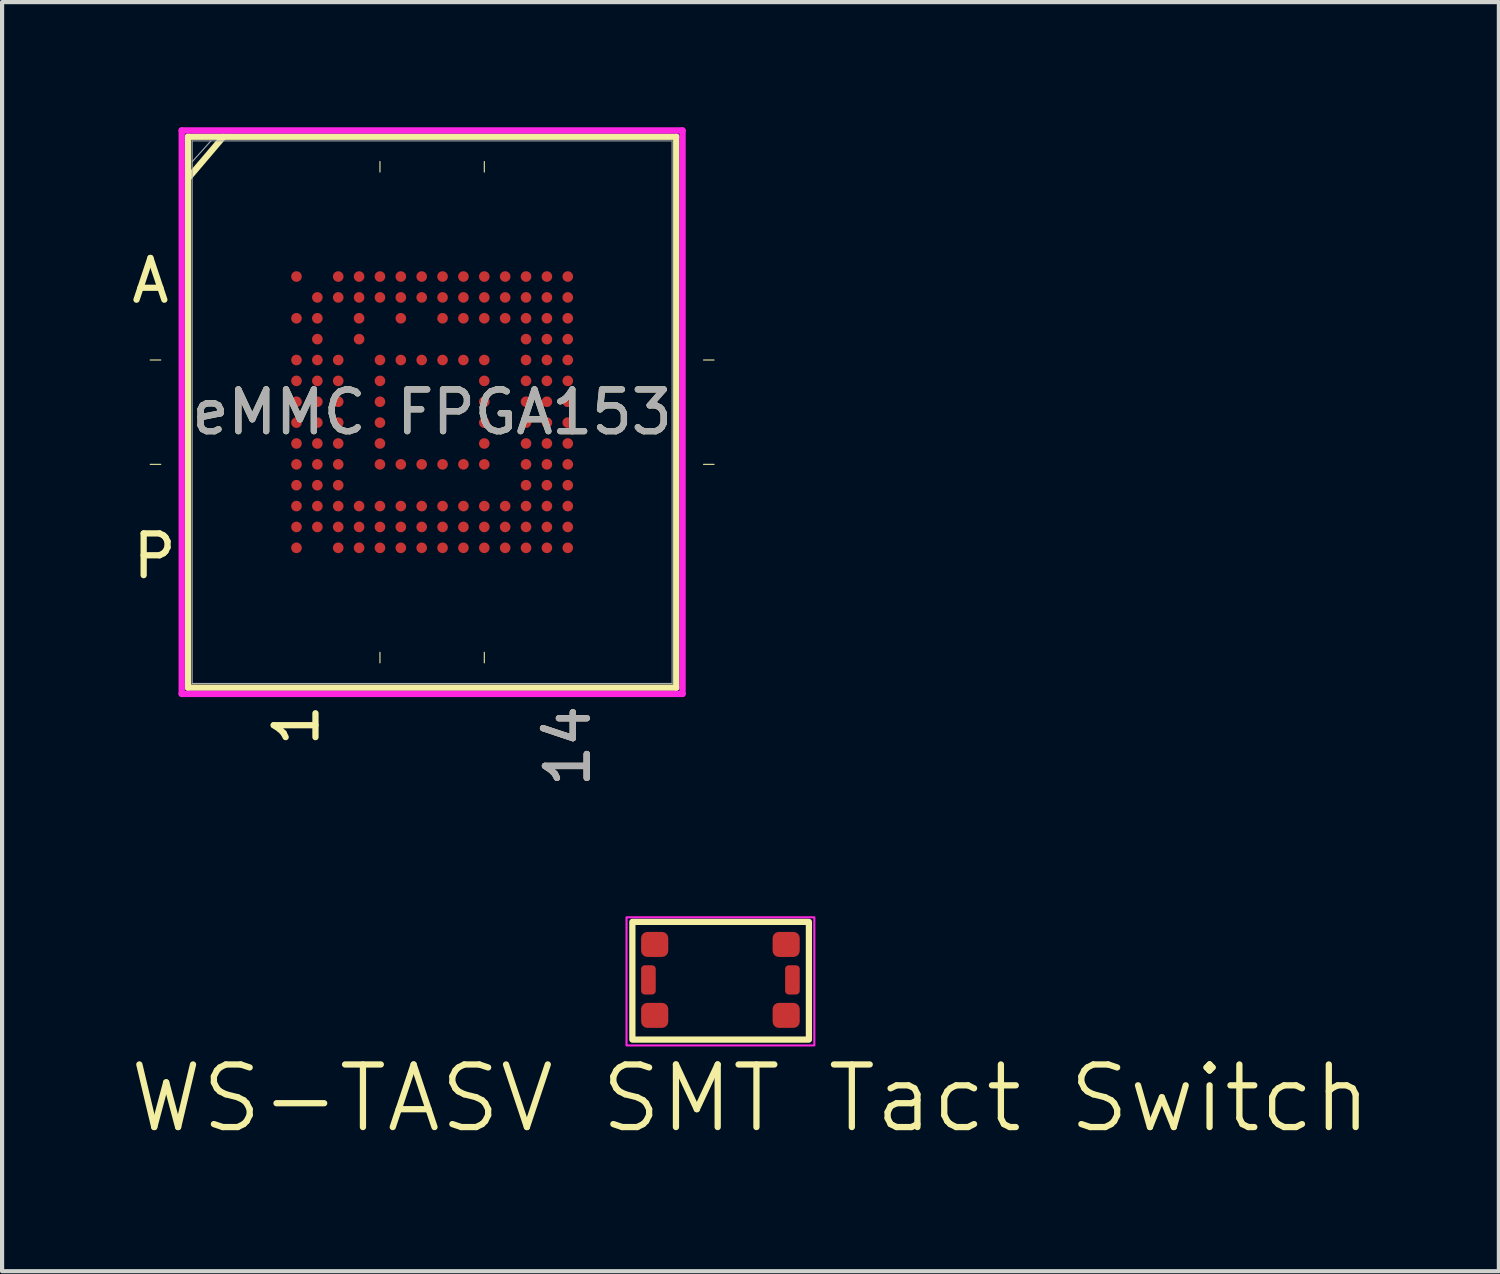
<source format=kicad_pcb>
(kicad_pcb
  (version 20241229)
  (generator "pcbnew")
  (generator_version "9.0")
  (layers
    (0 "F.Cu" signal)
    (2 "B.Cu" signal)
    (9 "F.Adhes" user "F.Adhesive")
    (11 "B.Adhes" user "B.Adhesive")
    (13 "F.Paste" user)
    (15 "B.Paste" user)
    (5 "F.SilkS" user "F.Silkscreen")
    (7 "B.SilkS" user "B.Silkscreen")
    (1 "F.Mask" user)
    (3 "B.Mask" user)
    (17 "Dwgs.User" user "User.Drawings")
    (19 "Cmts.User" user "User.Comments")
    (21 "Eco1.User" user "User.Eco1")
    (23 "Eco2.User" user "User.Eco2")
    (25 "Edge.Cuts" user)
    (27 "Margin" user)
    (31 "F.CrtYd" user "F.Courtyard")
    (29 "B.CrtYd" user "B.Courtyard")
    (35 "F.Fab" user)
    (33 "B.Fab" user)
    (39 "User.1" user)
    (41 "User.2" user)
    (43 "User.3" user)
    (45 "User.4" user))
  (footprint "WS-TASV SMT Tact Switch"
    (layer "F.Cu")
    (at 14.212 20.429)
    (property "Reference" "WS-TASV SMT Tact Switch" (at 0.72 2.84 0) (unlocked yes) (layer "F.SilkS") (effects (font (size 1.5 1.5) (thickness 0.15))))
    (attr smd)
    (fp_rect (start -2.11 -1.39) (end 2.12 1.43) (stroke (width 0.15) (type solid)) (fill no) (layer "F.SilkS"))
    (fp_rect (start -2.25 -1.5) (end 2.25 1.57) (stroke (width 0.05) (type solid)) (fill no) (layer "F.CrtYd"))
    (pad "1" smd roundrect (at -1.575 -0.85) (size 0.65 0.6) (layers "F.Cu" "F.Mask" "F.Paste") (roundrect_rratio 0.25))
    (pad "2" smd roundrect (at 1.575 -0.85) (size 0.65 0.6) (layers "F.Cu" "F.Mask" "F.Paste") (roundrect_rratio 0.25))
    (pad "3" smd roundrect (at -1.575 0.85) (size 0.65 0.6) (layers "F.Cu" "F.Mask" "F.Paste") (roundrect_rratio 0.25))
    (pad "4" smd roundrect (at 1.575 0.85) (size 0.65 0.6) (layers "F.Cu" "F.Mask" "F.Paste") (roundrect_rratio 0.25))
    (pad "5" smd roundrect (at -1.725 0) (size 0.35 0.7) (layers "F.Cu" "F.Mask" "F.Paste") (roundrect_rratio 0.25))
    (pad "6" smd roundrect (at 1.725 0) (size 0.35 0.7) (layers "F.Cu" "F.Mask" "F.Paste") (roundrect_rratio 0.25)))
  (footprint "eMMC FPGA153"
    (layer "F.Cu")
    (at 7.304 6.826)
    (property "Reference" "eMMC FPGA153" (at 0 0 0) (unlocked yes) (layer "F.SilkS") (effects (font (size 1 1) (thickness 0.15))))
    (attr smd)
    (fp_line (start -6.502 -1.25) (end -6.756 -1.25) (stroke (width 0.025) (type solid)) (layer "F.SilkS"))
    (fp_line (start -6.502 1.25) (end -6.756 1.25) (stroke (width 0.025) (type solid)) (layer "F.SilkS"))
    (fp_line (start -5.85 -6.6) (end -5.85 6.6) (stroke (width 0.152) (type solid)) (layer "F.SilkS"))
    (fp_line (start -5.85 -5.6) (end -5 -6.6) (stroke (width 0.15) (type default)) (layer "F.SilkS"))
    (fp_line (start -5.85 6.6) (end 5.85 6.6) (stroke (width 0.152) (type solid)) (layer "F.SilkS"))
    (fp_line (start -1.25 -5.753) (end -1.25 -6.007) (stroke (width 0.025) (type solid)) (layer "F.SilkS"))
    (fp_line (start -1.25 5.753) (end -1.25 6.007) (stroke (width 0.025) (type solid)) (layer "F.SilkS"))
    (fp_line (start 1.25 -5.753) (end 1.25 -6.007) (stroke (width 0.025) (type solid)) (layer "F.SilkS"))
    (fp_line (start 1.25 5.753) (end 1.25 6.007) (stroke (width 0.025) (type solid)) (layer "F.SilkS"))
    (fp_line (start 5.85 -6.6) (end -5.85 -6.6) (stroke (width 0.152) (type solid)) (layer "F.SilkS"))
    (fp_line (start 5.85 6.6) (end 5.85 -6.6) (stroke (width 0.152) (type solid)) (layer "F.SilkS"))
    (fp_line (start 6.502 -1.25) (end 6.756 -1.25) (stroke (width 0.025) (type solid)) (layer "F.SilkS"))
    (fp_line (start 6.502 1.25) (end 6.756 1.25) (stroke (width 0.025) (type solid)) (layer "F.SilkS"))
    (fp_poly (pts (xy -3.945 -3.945) (xy 3.945 -3.945) (xy 3.945 3.945) (xy -3.945 3.945)) (stroke (width 0.1) (type solid)) (fill no) (layer "Eco2.User"))
    (fp_line (start -6 -6.75) (end 6 -6.75) (stroke (width 0.152) (type solid)) (layer "F.CrtYd"))
    (fp_line (start -6 6.75) (end -6 -6.75) (stroke (width 0.152) (type solid)) (layer "F.CrtYd"))
    (fp_line (start 6 -6.75) (end 6 6.75) (stroke (width 0.152) (type solid)) (layer "F.CrtYd"))
    (fp_line (start 6 6.75) (end -6 6.75) (stroke (width 0.152) (type solid)) (layer "F.CrtYd"))
    (fp_line (start -5.75 -6.5) (end -5.75 6.5) (stroke (width 0.025) (type solid)) (layer "F.Fab"))
    (fp_line (start -5.75 -6) (end -5.3 -6.5) (stroke (width 0.025) (type solid)) (layer "F.Fab"))
    (fp_line (start -5.75 6.5) (end 5.75 6.5) (stroke (width 0.025) (type solid)) (layer "F.Fab"))
    (fp_line (start 5.75 -6.5) (end -5.75 -6.5) (stroke (width 0.025) (type solid)) (layer "F.Fab"))
    (fp_line (start 5.75 6.5) (end 5.75 -6.5) (stroke (width 0.025) (type solid)) (layer "F.Fab"))
    (fp_text user "A" (at -6.75 -3.15 0) (unlocked yes) (layer "F.SilkS") (effects (font (size 1 1) (thickness 0.15))))
    (fp_text user "14" (at 3.25 8 90) (unlocked yes) (layer "F.SilkS") (effects (font (size 1 1) (thickness 0.15))))
    (fp_text user "P" (at -6.65 3.45 0) (unlocked yes) (layer "F.SilkS") (effects (font (size 1 1) (thickness 0.15))))
    (fp_text user "1" (at -3.25 7.5 90) (unlocked yes) (layer "F.SilkS") (effects (font (size 1 1) (thickness 0.15))))
    (fp_text user "14" (at 3.25 8 90) (unlocked yes) (layer "B.SilkS") (effects (font (size 1 1) (thickness 0.15))))
    (fp_text user "14" (at 3.25 8 90) (unlocked yes) (layer "F.Fab") (effects (font (size 1 1) (thickness 0.15))))
    (fp_text user "${REFERENCE}" (at 0 0 0) (unlocked yes) (layer "F.Fab") (effects (font (size 1 1) (thickness 0.15))))
    (pad "A1" smd circle (at -3.25 -3.25) (size 0.254 0.254) (layers "F.Cu" "F.Mask" "F.Paste"))
    (pad "A3" smd circle (at -2.25 -3.25) (size 0.254 0.254) (layers "F.Cu" "F.Mask" "F.Paste"))
    (pad "A4" smd circle (at -1.75 -3.25) (size 0.254 0.254) (layers "F.Cu" "F.Mask" "F.Paste"))
    (pad "A5" smd circle (at -1.25 -3.25) (size 0.254 0.254) (layers "F.Cu" "F.Mask" "F.Paste"))
    (pad "A6" smd circle (at -0.75 -3.25) (size 0.254 0.254) (layers "F.Cu" "F.Mask" "F.Paste"))
    (pad "A7" smd circle (at -0.25 -3.25) (size 0.254 0.254) (layers "F.Cu" "F.Mask" "F.Paste"))
    (pad "A8" smd circle (at 0.25 -3.25) (size 0.254 0.254) (layers "F.Cu" "F.Mask" "F.Paste"))
    (pad "A9" smd circle (at 0.75 -3.25) (size 0.254 0.254) (layers "F.Cu" "F.Mask" "F.Paste"))
    (pad "A10" smd circle (at 1.25 -3.25) (size 0.254 0.254) (layers "F.Cu" "F.Mask" "F.Paste"))
    (pad "A11" smd circle (at 1.75 -3.25) (size 0.254 0.254) (layers "F.Cu" "F.Mask" "F.Paste"))
    (pad "A12" smd circle (at 2.25 -3.25) (size 0.254 0.254) (layers "F.Cu" "F.Mask" "F.Paste"))
    (pad "A13" smd circle (at 2.75 -3.25) (size 0.254 0.254) (layers "F.Cu" "F.Mask" "F.Paste"))
    (pad "A14" smd circle (at 3.25 -3.25) (size 0.254 0.254) (layers "F.Cu" "F.Mask" "F.Paste"))
    (pad "B2" smd circle (at -2.75 -2.75) (size 0.254 0.254) (layers "F.Cu" "F.Mask" "F.Paste"))
    (pad "B3" smd circle (at -2.25 -2.75) (size 0.254 0.254) (layers "F.Cu" "F.Mask" "F.Paste"))
    (pad "B4" smd circle (at -1.75 -2.75) (size 0.254 0.254) (layers "F.Cu" "F.Mask" "F.Paste"))
    (pad "B5" smd circle (at -1.25 -2.75) (size 0.254 0.254) (layers "F.Cu" "F.Mask" "F.Paste"))
    (pad "B6" smd circle (at -0.75 -2.75) (size 0.254 0.254) (layers "F.Cu" "F.Mask" "F.Paste"))
    (pad "B7" smd circle (at -0.25 -2.75) (size 0.254 0.254) (layers "F.Cu" "F.Mask" "F.Paste"))
    (pad "B8" smd circle (at 0.25 -2.75) (size 0.254 0.254) (layers "F.Cu" "F.Mask" "F.Paste"))
    (pad "B9" smd circle (at 0.75 -2.75) (size 0.254 0.254) (layers "F.Cu" "F.Mask" "F.Paste"))
    (pad "B10" smd circle (at 1.25 -2.75) (size 0.254 0.254) (layers "F.Cu" "F.Mask" "F.Paste"))
    (pad "B11" smd circle (at 1.75 -2.75) (size 0.254 0.254) (layers "F.Cu" "F.Mask" "F.Paste"))
    (pad "B12" smd circle (at 2.25 -2.75) (size 0.254 0.254) (layers "F.Cu" "F.Mask" "F.Paste"))
    (pad "B13" smd circle (at 2.75 -2.75) (size 0.254 0.254) (layers "F.Cu" "F.Mask" "F.Paste"))
    (pad "B14" smd circle (at 3.25 -2.75) (size 0.254 0.254) (layers "F.Cu" "F.Mask" "F.Paste"))
    (pad "C1" smd circle (at -3.25 -2.25) (size 0.254 0.254) (layers "F.Cu" "F.Mask" "F.Paste"))
    (pad "C2" smd circle (at -2.75 -2.25) (size 0.254 0.254) (layers "F.Cu" "F.Mask" "F.Paste"))
    (pad "C4" smd circle (at -1.75 -2.25) (size 0.254 0.254) (layers "F.Cu" "F.Mask" "F.Paste"))
    (pad "C6" smd circle (at -0.75 -2.25) (size 0.254 0.254) (layers "F.Cu" "F.Mask" "F.Paste"))
    (pad "C8" smd circle (at 0.25 -2.25) (size 0.254 0.254) (layers "F.Cu" "F.Mask" "F.Paste"))
    (pad "C9" smd circle (at 0.75 -2.25) (size 0.254 0.254) (layers "F.Cu" "F.Mask" "F.Paste"))
    (pad "C10" smd circle (at 1.25 -2.25) (size 0.254 0.254) (layers "F.Cu" "F.Mask" "F.Paste"))
    (pad "C11" smd circle (at 1.75 -2.25) (size 0.254 0.254) (layers "F.Cu" "F.Mask" "F.Paste"))
    (pad "C12" smd circle (at 2.25 -2.25) (size 0.254 0.254) (layers "F.Cu" "F.Mask" "F.Paste"))
    (pad "C13" smd circle (at 2.75 -2.25) (size 0.254 0.254) (layers "F.Cu" "F.Mask" "F.Paste"))
    (pad "C14" smd circle (at 3.25 -2.25) (size 0.254 0.254) (layers "F.Cu" "F.Mask" "F.Paste"))
    (pad "D2" smd circle (at -2.75 -1.75) (size 0.254 0.254) (layers "F.Cu" "F.Mask" "F.Paste"))
    (pad "D4" smd circle (at -1.75 -1.75) (size 0.254 0.254) (layers "F.Cu" "F.Mask" "F.Paste"))
    (pad "D12" smd circle (at 2.25 -1.75) (size 0.254 0.254) (layers "F.Cu" "F.Mask" "F.Paste"))
    (pad "D13" smd circle (at 2.75 -1.75) (size 0.254 0.254) (layers "F.Cu" "F.Mask" "F.Paste"))
    (pad "D14" smd circle (at 3.25 -1.75) (size 0.254 0.254) (layers "F.Cu" "F.Mask" "F.Paste"))
    (pad "E1" smd circle (at -3.25 -1.25) (size 0.254 0.254) (layers "F.Cu" "F.Mask" "F.Paste"))
    (pad "E2" smd circle (at -2.75 -1.25) (size 0.254 0.254) (layers "F.Cu" "F.Mask" "F.Paste"))
    (pad "E3" smd circle (at -2.25 -1.25) (size 0.254 0.254) (layers "F.Cu" "F.Mask" "F.Paste"))
    (pad "E5" smd circle (at -1.25 -1.25) (size 0.254 0.254) (layers "F.Cu" "F.Mask" "F.Paste"))
    (pad "E6" smd circle (at -0.75 -1.25) (size 0.254 0.254) (layers "F.Cu" "F.Mask" "F.Paste"))
    (pad "E7" smd circle (at -0.25 -1.25) (size 0.254 0.254) (layers "F.Cu" "F.Mask" "F.Paste"))
    (pad "E8" smd circle (at 0.25 -1.25) (size 0.254 0.254) (layers "F.Cu" "F.Mask" "F.Paste"))
    (pad "E9" smd circle (at 0.75 -1.25) (size 0.254 0.254) (layers "F.Cu" "F.Mask" "F.Paste"))
    (pad "E10" smd circle (at 1.25 -1.25) (size 0.254 0.254) (layers "F.Cu" "F.Mask" "F.Paste"))
    (pad "E12" smd circle (at 2.25 -1.25) (size 0.254 0.254) (layers "F.Cu" "F.Mask" "F.Paste"))
    (pad "E13" smd circle (at 2.75 -1.25) (size 0.254 0.254) (layers "F.Cu" "F.Mask" "F.Paste"))
    (pad "E14" smd circle (at 3.25 -1.25) (size 0.254 0.254) (layers "F.Cu" "F.Mask" "F.Paste"))
    (pad "F1" smd circle (at -3.25 -0.75) (size 0.254 0.254) (layers "F.Cu" "F.Mask" "F.Paste"))
    (pad "F2" smd circle (at -2.75 -0.75) (size 0.254 0.254) (layers "F.Cu" "F.Mask" "F.Paste"))
    (pad "F3" smd circle (at -2.25 -0.75) (size 0.254 0.254) (layers "F.Cu" "F.Mask" "F.Paste"))
    (pad "F5" smd circle (at -1.25 -0.75) (size 0.254 0.254) (layers "F.Cu" "F.Mask" "F.Paste"))
    (pad "F10" smd circle (at 1.25 -0.75) (size 0.254 0.254) (layers "F.Cu" "F.Mask" "F.Paste"))
    (pad "F12" smd circle (at 2.25 -0.75) (size 0.254 0.254) (layers "F.Cu" "F.Mask" "F.Paste"))
    (pad "F13" smd circle (at 2.75 -0.75) (size 0.254 0.254) (layers "F.Cu" "F.Mask" "F.Paste"))
    (pad "F14" smd circle (at 3.25 -0.75) (size 0.254 0.254) (layers "F.Cu" "F.Mask" "F.Paste"))
    (pad "G1" smd circle (at -3.25 -0.25) (size 0.254 0.254) (layers "F.Cu" "F.Mask" "F.Paste"))
    (pad "G2" smd circle (at -2.75 -0.25) (size 0.254 0.254) (layers "F.Cu" "F.Mask" "F.Paste"))
    (pad "G3" smd circle (at -2.25 -0.25) (size 0.254 0.254) (layers "F.Cu" "F.Mask" "F.Paste"))
    (pad "G5" smd circle (at -1.25 -0.25) (size 0.254 0.254) (layers "F.Cu" "F.Mask" "F.Paste"))
    (pad "G10" smd circle (at 1.25 -0.25) (size 0.254 0.254) (layers "F.Cu" "F.Mask" "F.Paste"))
    (pad "G12" smd circle (at 2.25 -0.25) (size 0.254 0.254) (layers "F.Cu" "F.Mask" "F.Paste"))
    (pad "G13" smd circle (at 2.75 -0.25) (size 0.254 0.254) (layers "F.Cu" "F.Mask" "F.Paste"))
    (pad "G14" smd circle (at 3.25 -0.25) (size 0.254 0.254) (layers "F.Cu" "F.Mask" "F.Paste"))
    (pad "H1" smd circle (at -3.25 0.25) (size 0.254 0.254) (layers "F.Cu" "F.Mask" "F.Paste"))
    (pad "H2" smd circle (at -2.75 0.25) (size 0.254 0.254) (layers "F.Cu" "F.Mask" "F.Paste"))
    (pad "H3" smd circle (at -2.25 0.25) (size 0.254 0.254) (layers "F.Cu" "F.Mask" "F.Paste"))
    (pad "H5" smd circle (at -1.25 0.25) (size 0.254 0.254) (layers "F.Cu" "F.Mask" "F.Paste"))
    (pad "H10" smd circle (at 1.25 0.25) (size 0.254 0.254) (layers "F.Cu" "F.Mask" "F.Paste"))
    (pad "H12" smd circle (at 2.25 0.25) (size 0.254 0.254) (layers "F.Cu" "F.Mask" "F.Paste"))
    (pad "H13" smd circle (at 2.75 0.25) (size 0.254 0.254) (layers "F.Cu" "F.Mask" "F.Paste"))
    (pad "H14" smd circle (at 3.25 0.25) (size 0.254 0.254) (layers "F.Cu" "F.Mask" "F.Paste"))
    (pad "J1" smd circle (at -3.25 0.75) (size 0.254 0.254) (layers "F.Cu" "F.Mask" "F.Paste"))
    (pad "J2" smd circle (at -2.75 0.75) (size 0.254 0.254) (layers "F.Cu" "F.Mask" "F.Paste"))
    (pad "J3" smd circle (at -2.25 0.75) (size 0.254 0.254) (layers "F.Cu" "F.Mask" "F.Paste"))
    (pad "J5" smd circle (at -1.25 0.75) (size 0.254 0.254) (layers "F.Cu" "F.Mask" "F.Paste"))
    (pad "J10" smd circle (at 1.25 0.75) (size 0.254 0.254) (layers "F.Cu" "F.Mask" "F.Paste"))
    (pad "J12" smd circle (at 2.25 0.75) (size 0.254 0.254) (layers "F.Cu" "F.Mask" "F.Paste"))
    (pad "J13" smd circle (at 2.75 0.75) (size 0.254 0.254) (layers "F.Cu" "F.Mask" "F.Paste"))
    (pad "J14" smd circle (at 3.25 0.75) (size 0.254 0.254) (layers "F.Cu" "F.Mask" "F.Paste"))
    (pad "K1" smd circle (at -3.25 1.25) (size 0.254 0.254) (layers "F.Cu" "F.Mask" "F.Paste"))
    (pad "K2" smd circle (at -2.75 1.25) (size 0.254 0.254) (layers "F.Cu" "F.Mask" "F.Paste"))
    (pad "K3" smd circle (at -2.25 1.25) (size 0.254 0.254) (layers "F.Cu" "F.Mask" "F.Paste"))
    (pad "K5" smd circle (at -1.25 1.25) (size 0.254 0.254) (layers "F.Cu" "F.Mask" "F.Paste"))
    (pad "K6" smd circle (at -0.75 1.25) (size 0.254 0.254) (layers "F.Cu" "F.Mask" "F.Paste"))
    (pad "K7" smd circle (at -0.25 1.25) (size 0.254 0.254) (layers "F.Cu" "F.Mask" "F.Paste"))
    (pad "K8" smd circle (at 0.25 1.25) (size 0.254 0.254) (layers "F.Cu" "F.Mask" "F.Paste"))
    (pad "K9" smd circle (at 0.75 1.25) (size 0.254 0.254) (layers "F.Cu" "F.Mask" "F.Paste"))
    (pad "K10" smd circle (at 1.25 1.25) (size 0.254 0.254) (layers "F.Cu" "F.Mask" "F.Paste"))
    (pad "K12" smd circle (at 2.25 1.25) (size 0.254 0.254) (layers "F.Cu" "F.Mask" "F.Paste"))
    (pad "K13" smd circle (at 2.75 1.25) (size 0.254 0.254) (layers "F.Cu" "F.Mask" "F.Paste"))
    (pad "K14" smd circle (at 3.25 1.25) (size 0.254 0.254) (layers "F.Cu" "F.Mask" "F.Paste"))
    (pad "L1" smd circle (at -3.25 1.75) (size 0.254 0.254) (layers "F.Cu" "F.Mask" "F.Paste"))
    (pad "L2" smd circle (at -2.75 1.75) (size 0.254 0.254) (layers "F.Cu" "F.Mask" "F.Paste"))
    (pad "L3" smd circle (at -2.25 1.75) (size 0.254 0.254) (layers "F.Cu" "F.Mask" "F.Paste"))
    (pad "L12" smd circle (at 2.25 1.75) (size 0.254 0.254) (layers "F.Cu" "F.Mask" "F.Paste"))
    (pad "L13" smd circle (at 2.75 1.75) (size 0.254 0.254) (layers "F.Cu" "F.Mask" "F.Paste"))
    (pad "L14" smd circle (at 3.25 1.75) (size 0.254 0.254) (layers "F.Cu" "F.Mask" "F.Paste"))
    (pad "M1" smd circle (at -3.25 2.25) (size 0.254 0.254) (layers "F.Cu" "F.Mask" "F.Paste"))
    (pad "M2" smd circle (at -2.75 2.25) (size 0.254 0.254) (layers "F.Cu" "F.Mask" "F.Paste"))
    (pad "M3" smd circle (at -2.25 2.25) (size 0.254 0.254) (layers "F.Cu" "F.Mask" "F.Paste"))
    (pad "M4" smd circle (at -1.75 2.25) (size 0.254 0.254) (layers "F.Cu" "F.Mask" "F.Paste"))
    (pad "M5" smd circle (at -1.25 2.25) (size 0.254 0.254) (layers "F.Cu" "F.Mask" "F.Paste"))
    (pad "M6" smd circle (at -0.75 2.25) (size 0.254 0.254) (layers "F.Cu" "F.Mask" "F.Paste"))
    (pad "M7" smd circle (at -0.25 2.25) (size 0.254 0.254) (layers "F.Cu" "F.Mask" "F.Paste"))
    (pad "M8" smd circle (at 0.25 2.25) (size 0.254 0.254) (layers "F.Cu" "F.Mask" "F.Paste"))
    (pad "M9" smd circle (at 0.75 2.25) (size 0.254 0.254) (layers "F.Cu" "F.Mask" "F.Paste"))
    (pad "M10" smd circle (at 1.25 2.25) (size 0.254 0.254) (layers "F.Cu" "F.Mask" "F.Paste"))
    (pad "M11" smd circle (at 1.75 2.25) (size 0.254 0.254) (layers "F.Cu" "F.Mask" "F.Paste"))
    (pad "M12" smd circle (at 2.25 2.25) (size 0.254 0.254) (layers "F.Cu" "F.Mask" "F.Paste"))
    (pad "M13" smd circle (at 2.75 2.25) (size 0.254 0.254) (layers "F.Cu" "F.Mask" "F.Paste"))
    (pad "M14" smd circle (at 3.25 2.25) (size 0.254 0.254) (layers "F.Cu" "F.Mask" "F.Paste"))
    (pad "N1" smd circle (at -3.25 2.75) (size 0.254 0.254) (layers "F.Cu" "F.Mask" "F.Paste"))
    (pad "N2" smd circle (at -2.75 2.75) (size 0.254 0.254) (layers "F.Cu" "F.Mask" "F.Paste"))
    (pad "N3" smd circle (at -2.25 2.75) (size 0.254 0.254) (layers "F.Cu" "F.Mask" "F.Paste"))
    (pad "N4" smd circle (at -1.75 2.75) (size 0.254 0.254) (layers "F.Cu" "F.Mask" "F.Paste"))
    (pad "N5" smd circle (at -1.25 2.75) (size 0.254 0.254) (layers "F.Cu" "F.Mask" "F.Paste"))
    (pad "N6" smd circle (at -0.75 2.75) (size 0.254 0.254) (layers "F.Cu" "F.Mask" "F.Paste"))
    (pad "N7" smd circle (at -0.25 2.75) (size 0.254 0.254) (layers "F.Cu" "F.Mask" "F.Paste"))
    (pad "N8" smd circle (at 0.25 2.75) (size 0.254 0.254) (layers "F.Cu" "F.Mask" "F.Paste"))
    (pad "N9" smd circle (at 0.75 2.75) (size 0.254 0.254) (layers "F.Cu" "F.Mask" "F.Paste"))
    (pad "N10" smd circle (at 1.25 2.75) (size 0.254 0.254) (layers "F.Cu" "F.Mask" "F.Paste"))
    (pad "N11" smd circle (at 1.75 2.75) (size 0.254 0.254) (layers "F.Cu" "F.Mask" "F.Paste"))
    (pad "N12" smd circle (at 2.25 2.75) (size 0.254 0.254) (layers "F.Cu" "F.Mask" "F.Paste"))
    (pad "N13" smd circle (at 2.75 2.75) (size 0.254 0.254) (layers "F.Cu" "F.Mask" "F.Paste"))
    (pad "N14" smd circle (at 3.25 2.75) (size 0.254 0.254) (layers "F.Cu" "F.Mask" "F.Paste"))
    (pad "P1" smd circle (at -3.25 3.25) (size 0.254 0.254) (layers "F.Cu" "F.Mask" "F.Paste"))
    (pad "P3" smd circle (at -2.25 3.25) (size 0.254 0.254) (layers "F.Cu" "F.Mask" "F.Paste"))
    (pad "P4" smd circle (at -1.75 3.25) (size 0.254 0.254) (layers "F.Cu" "F.Mask" "F.Paste"))
    (pad "P5" smd circle (at -1.25 3.25) (size 0.254 0.254) (layers "F.Cu" "F.Mask" "F.Paste"))
    (pad "P6" smd circle (at -0.75 3.25) (size 0.254 0.254) (layers "F.Cu" "F.Mask" "F.Paste"))
    (pad "P7" smd circle (at -0.25 3.25) (size 0.254 0.254) (layers "F.Cu" "F.Mask" "F.Paste"))
    (pad "P8" smd circle (at 0.25 3.25) (size 0.254 0.254) (layers "F.Cu" "F.Mask" "F.Paste"))
    (pad "P9" smd circle (at 0.75 3.25) (size 0.254 0.254) (layers "F.Cu" "F.Mask" "F.Paste"))
    (pad "P10" smd circle (at 1.25 3.25) (size 0.254 0.254) (layers "F.Cu" "F.Mask" "F.Paste"))
    (pad "P11" smd circle (at 1.75 3.25) (size 0.254 0.254) (layers "F.Cu" "F.Mask" "F.Paste"))
    (pad "P12" smd circle (at 2.25 3.25) (size 0.254 0.254) (layers "F.Cu" "F.Mask" "F.Paste"))
    (pad "P13" smd circle (at 2.75 3.25) (size 0.254 0.254) (layers "F.Cu" "F.Mask" "F.Paste"))
    (pad "P14" smd circle (at 3.25 3.25) (size 0.254 0.254) (layers "F.Cu" "F.Mask" "F.Paste")))
  (gr_rect
    (start -3 -3)
    (end 32.864 27.409)
    (stroke (width 0.1) (type default))
    (fill no)
    (layer "Edge.Cuts")))
</source>
